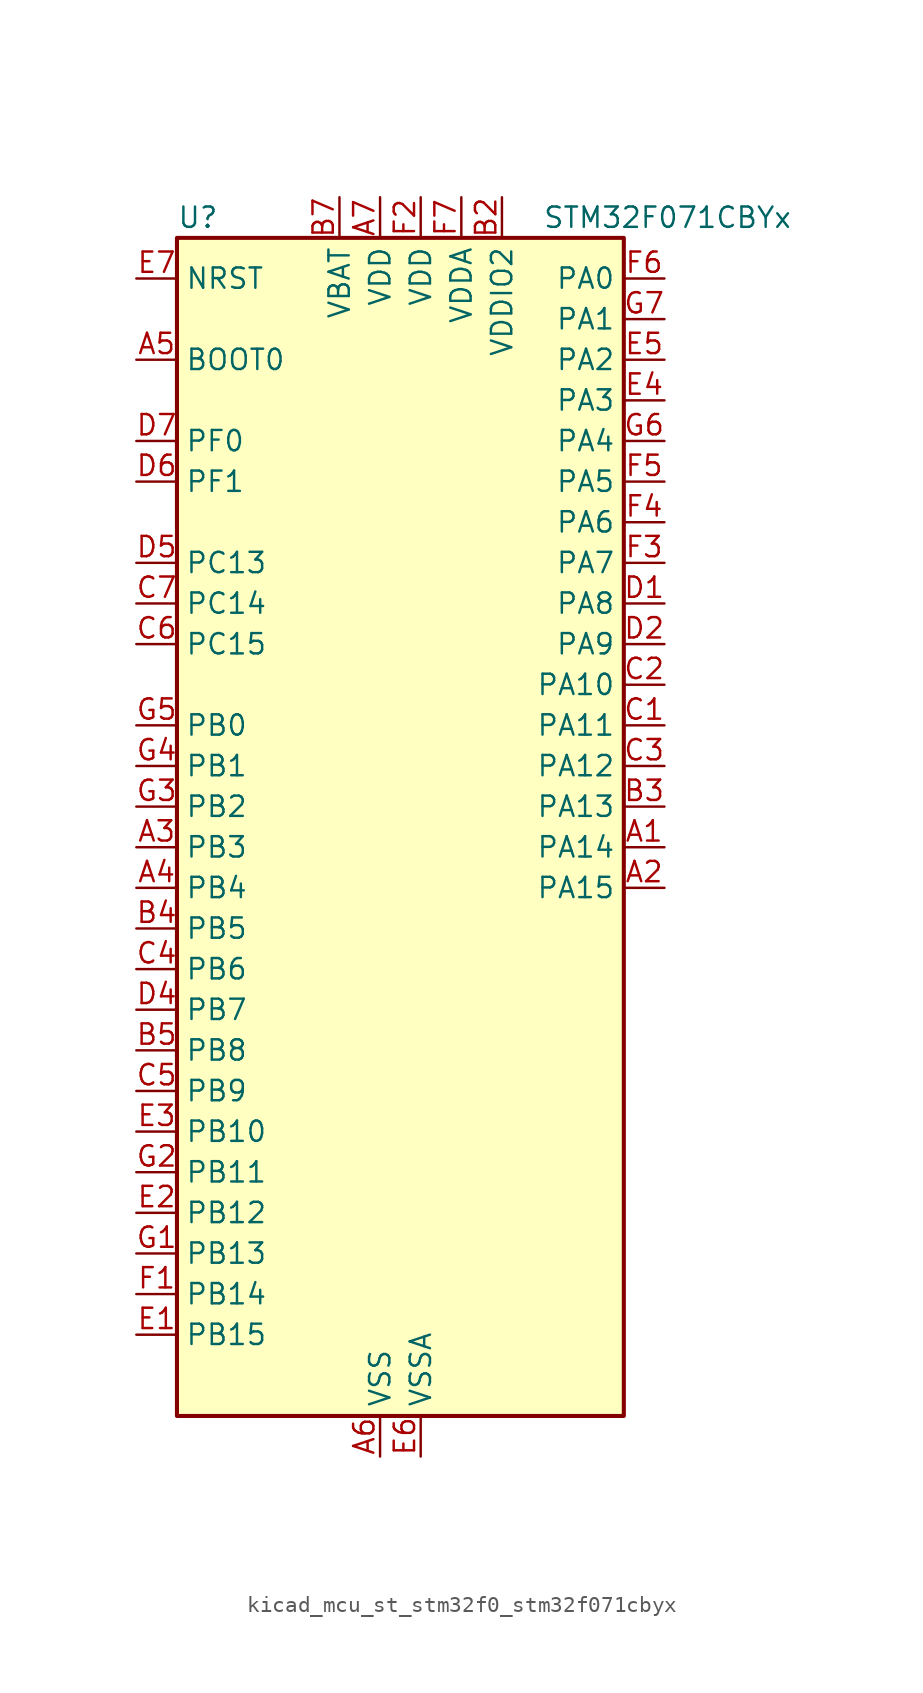
<source format=kicad_sym>
(kicad_symbol_lib
  (version 20220914)
  (generator kicad_symbol_editor)
  (symbol "kicad_mcu_st_stm32f0_stm32f071cbyx"
    (property "Reference" "U"
      (at -12.7 39.37 0)
      (effects (font (size 1.27 1.27)) (justify left)))
    (property "Value" "STM32F071CBYx"
      (at 10.16 39.37 0)
      (effects (font (size 1.27 1.27)) (justify left)))
    (property "ki_locked" ""
      (at 0 0 0)
      (effects (font (size 1.27 1.27))))
    (symbol "kicad_mcu_st_stm32f0_stm32f071cbyx_0_1"
      (rectangle (start -12.7 -35.56) (end 15.24 38.1) (stroke (width 0.254) (type default)) (fill (type background))))
    (symbol "kicad_mcu_st_stm32f0_stm32f071cbyx_1_1"
      (pin bidirectional line (at 17.78 0 180) (length 2.54) (name "PA14" (effects (font (size 1.27 1.27)))) (number "A1" (effects (font (size 1.27 1.27)))) (alternate "SYS_SWCLK" bidirectional line) (alternate "USART2_TX" bidirectional line))
      (pin bidirectional line (at 17.78 -2.54 180) (length 2.54) (name "PA15" (effects (font (size 1.27 1.27)))) (number "A2" (effects (font (size 1.27 1.27)))) (alternate "I2S1_WS" bidirectional line) (alternate "SPI1_NSS" bidirectional line) (alternate "TIM2_CH1" bidirectional line) (alternate "TIM2_ETR" bidirectional line) (alternate "USART2_RX" bidirectional line) (alternate "USART4_DE" bidirectional line) (alternate "USART4_RTS" bidirectional line))
      (pin bidirectional line (at -15.24 0 0) (length 2.54) (name "PB3" (effects (font (size 1.27 1.27)))) (number "A3" (effects (font (size 1.27 1.27)))) (alternate "I2S1_CK" bidirectional line) (alternate "SPI1_SCK" bidirectional line) (alternate "TIM2_CH2" bidirectional line) (alternate "TSC_G5_IO1" bidirectional line))
      (pin bidirectional line (at -15.24 -2.54 0) (length 2.54) (name "PB4" (effects (font (size 1.27 1.27)))) (number "A4" (effects (font (size 1.27 1.27)))) (alternate "I2S1_MCK" bidirectional line) (alternate "SPI1_MISO" bidirectional line) (alternate "TIM17_BKIN" bidirectional line) (alternate "TIM3_CH1" bidirectional line) (alternate "TSC_G5_IO2" bidirectional line))
      (pin input line (at -15.24 30.48 0) (length 2.54) (name "BOOT0" (effects (font (size 1.27 1.27)))) (number "A5" (effects (font (size 1.27 1.27)))))
      (pin power_in line (at 0 -38.1 90) (length 2.54) (name "VSS" (effects (font (size 1.27 1.27)))) (number "A6" (effects (font (size 1.27 1.27)))))
      (pin power_in line (at 0 40.64 270) (length 2.54) (name "VDD" (effects (font (size 1.27 1.27)))) (number "A7" (effects (font (size 1.27 1.27)))))
      (pin passive line (at 0 -38.1 90) (length 2.54) hide (name "VSS" (effects (font (size 1.27 1.27)))) (number "B1" (effects (font (size 1.27 1.27)))))
      (pin power_in line (at 7.62 40.64 270) (length 2.54) (name "VDDIO2" (effects (font (size 1.27 1.27)))) (number "B2" (effects (font (size 1.27 1.27)))))
      (pin bidirectional line (at 17.78 2.54 180) (length 2.54) (name "PA13" (effects (font (size 1.27 1.27)))) (number "B3" (effects (font (size 1.27 1.27)))) (alternate "IR_OUT" bidirectional line) (alternate "SYS_SWDIO" bidirectional line))
      (pin bidirectional line (at -15.24 -5.08 0) (length 2.54) (name "PB5" (effects (font (size 1.27 1.27)))) (number "B4" (effects (font (size 1.27 1.27)))) (alternate "I2C1_SMBA" bidirectional line) (alternate "I2S1_SD" bidirectional line) (alternate "SPI1_MOSI" bidirectional line) (alternate "SYS_WKUP6" bidirectional line) (alternate "TIM16_BKIN" bidirectional line) (alternate "TIM3_CH2" bidirectional line))
      (pin bidirectional line (at -15.24 -12.7 0) (length 2.54) (name "PB8" (effects (font (size 1.27 1.27)))) (number "B5" (effects (font (size 1.27 1.27)))) (alternate "CEC" bidirectional line) (alternate "I2C1_SCL" bidirectional line) (alternate "TIM16_CH1" bidirectional line) (alternate "TSC_SYNC" bidirectional line))
      (pin no_connect line (at -12.7 -35.56 0) (length 2.54) hide (name "NC" (effects (font (size 1.27 1.27)))) (number "B6" (effects (font (size 1.27 1.27)))))
      (pin power_in line (at -2.54 40.64 270) (length 2.54) (name "VBAT" (effects (font (size 1.27 1.27)))) (number "B7" (effects (font (size 1.27 1.27)))))
      (pin bidirectional line (at 17.78 7.62 180) (length 2.54) (name "PA11" (effects (font (size 1.27 1.27)))) (number "C1" (effects (font (size 1.27 1.27)))) (alternate "COMP1_OUT" bidirectional line) (alternate "TIM1_CH4" bidirectional line) (alternate "TSC_G4_IO3" bidirectional line) (alternate "USART1_CTS" bidirectional line))
      (pin bidirectional line (at 17.78 10.16 180) (length 2.54) (name "PA10" (effects (font (size 1.27 1.27)))) (number "C2" (effects (font (size 1.27 1.27)))) (alternate "TIM17_BKIN" bidirectional line) (alternate "TIM1_CH3" bidirectional line) (alternate "TSC_G4_IO2" bidirectional line) (alternate "USART1_RX" bidirectional line))
      (pin bidirectional line (at 17.78 5.08 180) (length 2.54) (name "PA12" (effects (font (size 1.27 1.27)))) (number "C3" (effects (font (size 1.27 1.27)))) (alternate "COMP2_OUT" bidirectional line) (alternate "TIM1_ETR" bidirectional line) (alternate "TSC_G4_IO4" bidirectional line) (alternate "USART1_DE" bidirectional line) (alternate "USART1_RTS" bidirectional line))
      (pin bidirectional line (at -15.24 -7.62 0) (length 2.54) (name "PB6" (effects (font (size 1.27 1.27)))) (number "C4" (effects (font (size 1.27 1.27)))) (alternate "I2C1_SCL" bidirectional line) (alternate "TIM16_CH1N" bidirectional line) (alternate "TSC_G5_IO3" bidirectional line) (alternate "USART1_TX" bidirectional line))
      (pin bidirectional line (at -15.24 -15.24 0) (length 2.54) (name "PB9" (effects (font (size 1.27 1.27)))) (number "C5" (effects (font (size 1.27 1.27)))) (alternate "DAC_EXTI9" bidirectional line) (alternate "I2C1_SDA" bidirectional line) (alternate "I2S2_WS" bidirectional line) (alternate "IR_OUT" bidirectional line) (alternate "SPI2_NSS" bidirectional line) (alternate "TIM17_CH1" bidirectional line))
      (pin bidirectional line (at -15.24 12.7 0) (length 2.54) (name "PC15" (effects (font (size 1.27 1.27)))) (number "C6" (effects (font (size 1.27 1.27)))) (alternate "RCC_OSC32_OUT" bidirectional line))
      (pin bidirectional line (at -15.24 15.24 0) (length 2.54) (name "PC14" (effects (font (size 1.27 1.27)))) (number "C7" (effects (font (size 1.27 1.27)))) (alternate "RCC_OSC32_IN" bidirectional line))
      (pin bidirectional line (at 17.78 15.24 180) (length 2.54) (name "PA8" (effects (font (size 1.27 1.27)))) (number "D1" (effects (font (size 1.27 1.27)))) (alternate "CRS_SYNC" bidirectional line) (alternate "RCC_MCO" bidirectional line) (alternate "TIM1_CH1" bidirectional line) (alternate "USART1_CK" bidirectional line))
      (pin bidirectional line (at 17.78 12.7 180) (length 2.54) (name "PA9" (effects (font (size 1.27 1.27)))) (number "D2" (effects (font (size 1.27 1.27)))) (alternate "DAC_EXTI9" bidirectional line) (alternate "TIM15_BKIN" bidirectional line) (alternate "TIM1_CH2" bidirectional line) (alternate "TSC_G4_IO1" bidirectional line) (alternate "USART1_TX" bidirectional line))
      (pin passive line (at 0 -38.1 90) (length 2.54) hide (name "VSS" (effects (font (size 1.27 1.27)))) (number "D3" (effects (font (size 1.27 1.27)))))
      (pin bidirectional line (at -15.24 -10.16 0) (length 2.54) (name "PB7" (effects (font (size 1.27 1.27)))) (number "D4" (effects (font (size 1.27 1.27)))) (alternate "I2C1_SDA" bidirectional line) (alternate "TIM17_CH1N" bidirectional line) (alternate "TSC_G5_IO4" bidirectional line) (alternate "USART1_RX" bidirectional line) (alternate "USART4_CTS" bidirectional line))
      (pin bidirectional line (at -15.24 17.78 0) (length 2.54) (name "PC13" (effects (font (size 1.27 1.27)))) (number "D5" (effects (font (size 1.27 1.27)))) (alternate "RTC_OUT_ALARM" bidirectional line) (alternate "RTC_OUT_CALIB" bidirectional line) (alternate "RTC_TAMP1" bidirectional line) (alternate "RTC_TS" bidirectional line) (alternate "SYS_WKUP2" bidirectional line))
      (pin bidirectional line (at -15.24 22.86 0) (length 2.54) (name "PF1" (effects (font (size 1.27 1.27)))) (number "D6" (effects (font (size 1.27 1.27)))) (alternate "RCC_OSC_OUT" bidirectional line))
      (pin bidirectional line (at -15.24 25.4 0) (length 2.54) (name "PF0" (effects (font (size 1.27 1.27)))) (number "D7" (effects (font (size 1.27 1.27)))) (alternate "CRS_SYNC" bidirectional line) (alternate "RCC_OSC_IN" bidirectional line))
      (pin bidirectional line (at -15.24 -30.48 0) (length 2.54) (name "PB15" (effects (font (size 1.27 1.27)))) (number "E1" (effects (font (size 1.27 1.27)))) (alternate "I2S2_SD" bidirectional line) (alternate "RTC_REFIN" bidirectional line) (alternate "SPI2_MOSI" bidirectional line) (alternate "SYS_WKUP7" bidirectional line) (alternate "TIM15_CH1N" bidirectional line) (alternate "TIM15_CH2" bidirectional line) (alternate "TIM1_CH3N" bidirectional line))
      (pin bidirectional line (at -15.24 -22.86 0) (length 2.54) (name "PB12" (effects (font (size 1.27 1.27)))) (number "E2" (effects (font (size 1.27 1.27)))) (alternate "I2S2_WS" bidirectional line) (alternate "SPI2_NSS" bidirectional line) (alternate "TIM15_BKIN" bidirectional line) (alternate "TIM1_BKIN" bidirectional line) (alternate "TSC_G6_IO2" bidirectional line) (alternate "USART3_CK" bidirectional line))
      (pin bidirectional line (at -15.24 -17.78 0) (length 2.54) (name "PB10" (effects (font (size 1.27 1.27)))) (number "E3" (effects (font (size 1.27 1.27)))) (alternate "CEC" bidirectional line) (alternate "I2C2_SCL" bidirectional line) (alternate "I2S2_CK" bidirectional line) (alternate "SPI2_SCK" bidirectional line) (alternate "TIM2_CH3" bidirectional line) (alternate "TSC_SYNC" bidirectional line) (alternate "USART3_TX" bidirectional line))
      (pin bidirectional line (at 17.78 27.94 180) (length 2.54) (name "PA3" (effects (font (size 1.27 1.27)))) (number "E4" (effects (font (size 1.27 1.27)))) (alternate "ADC_IN3" bidirectional line) (alternate "COMP2_INP" bidirectional line) (alternate "TIM15_CH2" bidirectional line) (alternate "TIM2_CH4" bidirectional line) (alternate "TSC_G1_IO4" bidirectional line) (alternate "USART2_RX" bidirectional line))
      (pin bidirectional line (at 17.78 30.48 180) (length 2.54) (name "PA2" (effects (font (size 1.27 1.27)))) (number "E5" (effects (font (size 1.27 1.27)))) (alternate "ADC_IN2" bidirectional line) (alternate "COMP2_INM" bidirectional line) (alternate "COMP2_OUT" bidirectional line) (alternate "SYS_WKUP4" bidirectional line) (alternate "TIM15_CH1" bidirectional line) (alternate "TIM2_CH3" bidirectional line) (alternate "TSC_G1_IO3" bidirectional line) (alternate "USART2_TX" bidirectional line))
      (pin power_in line (at 2.54 -38.1 90) (length 2.54) (name "VSSA" (effects (font (size 1.27 1.27)))) (number "E6" (effects (font (size 1.27 1.27)))))
      (pin input line (at -15.24 35.56 0) (length 2.54) (name "NRST" (effects (font (size 1.27 1.27)))) (number "E7" (effects (font (size 1.27 1.27)))))
      (pin bidirectional line (at -15.24 -27.94 0) (length 2.54) (name "PB14" (effects (font (size 1.27 1.27)))) (number "F1" (effects (font (size 1.27 1.27)))) (alternate "I2C2_SDA" bidirectional line) (alternate "I2S2_MCK" bidirectional line) (alternate "SPI2_MISO" bidirectional line) (alternate "TIM15_CH1" bidirectional line) (alternate "TIM1_CH2N" bidirectional line) (alternate "TSC_G6_IO4" bidirectional line) (alternate "USART3_DE" bidirectional line) (alternate "USART3_RTS" bidirectional line))
      (pin power_in line (at 2.54 40.64 270) (length 2.54) (name "VDD" (effects (font (size 1.27 1.27)))) (number "F2" (effects (font (size 1.27 1.27)))))
      (pin bidirectional line (at 17.78 17.78 180) (length 2.54) (name "PA7" (effects (font (size 1.27 1.27)))) (number "F3" (effects (font (size 1.27 1.27)))) (alternate "ADC_IN7" bidirectional line) (alternate "COMP2_OUT" bidirectional line) (alternate "I2S1_SD" bidirectional line) (alternate "SPI1_MOSI" bidirectional line) (alternate "TIM14_CH1" bidirectional line) (alternate "TIM17_CH1" bidirectional line) (alternate "TIM1_CH1N" bidirectional line) (alternate "TIM3_CH2" bidirectional line) (alternate "TSC_G2_IO4" bidirectional line))
      (pin bidirectional line (at 17.78 20.32 180) (length 2.54) (name "PA6" (effects (font (size 1.27 1.27)))) (number "F4" (effects (font (size 1.27 1.27)))) (alternate "ADC_IN6" bidirectional line) (alternate "COMP1_OUT" bidirectional line) (alternate "I2S1_MCK" bidirectional line) (alternate "SPI1_MISO" bidirectional line) (alternate "TIM16_CH1" bidirectional line) (alternate "TIM1_BKIN" bidirectional line) (alternate "TIM3_CH1" bidirectional line) (alternate "TSC_G2_IO3" bidirectional line) (alternate "USART3_CTS" bidirectional line))
      (pin bidirectional line (at 17.78 22.86 180) (length 2.54) (name "PA5" (effects (font (size 1.27 1.27)))) (number "F5" (effects (font (size 1.27 1.27)))) (alternate "ADC_IN5" bidirectional line) (alternate "CEC" bidirectional line) (alternate "COMP1_INM" bidirectional line) (alternate "COMP2_INM" bidirectional line) (alternate "DAC_OUT2" bidirectional line) (alternate "I2S1_CK" bidirectional line) (alternate "SPI1_SCK" bidirectional line) (alternate "TIM2_CH1" bidirectional line) (alternate "TIM2_ETR" bidirectional line) (alternate "TSC_G2_IO2" bidirectional line))
      (pin bidirectional line (at 17.78 35.56 180) (length 2.54) (name "PA0" (effects (font (size 1.27 1.27)))) (number "F6" (effects (font (size 1.27 1.27)))) (alternate "ADC_IN0" bidirectional line) (alternate "COMP1_INM" bidirectional line) (alternate "COMP1_OUT" bidirectional line) (alternate "RTC_TAMP2" bidirectional line) (alternate "SYS_WKUP1" bidirectional line) (alternate "TIM2_CH1" bidirectional line) (alternate "TIM2_ETR" bidirectional line) (alternate "TSC_G1_IO1" bidirectional line) (alternate "USART2_CTS" bidirectional line) (alternate "USART4_TX" bidirectional line))
      (pin power_in line (at 5.08 40.64 270) (length 2.54) (name "VDDA" (effects (font (size 1.27 1.27)))) (number "F7" (effects (font (size 1.27 1.27)))))
      (pin bidirectional line (at -15.24 -25.4 0) (length 2.54) (name "PB13" (effects (font (size 1.27 1.27)))) (number "G1" (effects (font (size 1.27 1.27)))) (alternate "I2C2_SCL" bidirectional line) (alternate "I2S2_CK" bidirectional line) (alternate "SPI2_SCK" bidirectional line) (alternate "TIM1_CH1N" bidirectional line) (alternate "TSC_G6_IO3" bidirectional line) (alternate "USART3_CTS" bidirectional line))
      (pin bidirectional line (at -15.24 -20.32 0) (length 2.54) (name "PB11" (effects (font (size 1.27 1.27)))) (number "G2" (effects (font (size 1.27 1.27)))) (alternate "I2C2_SDA" bidirectional line) (alternate "TIM2_CH4" bidirectional line) (alternate "TSC_G6_IO1" bidirectional line) (alternate "USART3_RX" bidirectional line))
      (pin bidirectional line (at -15.24 2.54 0) (length 2.54) (name "PB2" (effects (font (size 1.27 1.27)))) (number "G3" (effects (font (size 1.27 1.27)))) (alternate "TSC_G3_IO4" bidirectional line))
      (pin bidirectional line (at -15.24 5.08 0) (length 2.54) (name "PB1" (effects (font (size 1.27 1.27)))) (number "G4" (effects (font (size 1.27 1.27)))) (alternate "ADC_IN9" bidirectional line) (alternate "TIM14_CH1" bidirectional line) (alternate "TIM1_CH3N" bidirectional line) (alternate "TIM3_CH4" bidirectional line) (alternate "TSC_G3_IO3" bidirectional line) (alternate "USART3_DE" bidirectional line) (alternate "USART3_RTS" bidirectional line))
      (pin bidirectional line (at -15.24 7.62 0) (length 2.54) (name "PB0" (effects (font (size 1.27 1.27)))) (number "G5" (effects (font (size 1.27 1.27)))) (alternate "ADC_IN8" bidirectional line) (alternate "TIM1_CH2N" bidirectional line) (alternate "TIM3_CH3" bidirectional line) (alternate "TSC_G3_IO2" bidirectional line) (alternate "USART3_CK" bidirectional line))
      (pin bidirectional line (at 17.78 25.4 180) (length 2.54) (name "PA4" (effects (font (size 1.27 1.27)))) (number "G6" (effects (font (size 1.27 1.27)))) (alternate "ADC_IN4" bidirectional line) (alternate "COMP1_INM" bidirectional line) (alternate "COMP2_INM" bidirectional line) (alternate "DAC_OUT1" bidirectional line) (alternate "I2S1_WS" bidirectional line) (alternate "SPI1_NSS" bidirectional line) (alternate "TIM14_CH1" bidirectional line) (alternate "TSC_G2_IO1" bidirectional line) (alternate "USART2_CK" bidirectional line))
      (pin bidirectional line (at 17.78 33.02 180) (length 2.54) (name "PA1" (effects (font (size 1.27 1.27)))) (number "G7" (effects (font (size 1.27 1.27)))) (alternate "ADC_IN1" bidirectional line) (alternate "COMP1_INP" bidirectional line) (alternate "TIM15_CH1N" bidirectional line) (alternate "TIM2_CH2" bidirectional line) (alternate "TSC_G1_IO2" bidirectional line) (alternate "USART2_DE" bidirectional line) (alternate "USART2_RTS" bidirectional line) (alternate "USART4_RX" bidirectional line)))))
</source>
